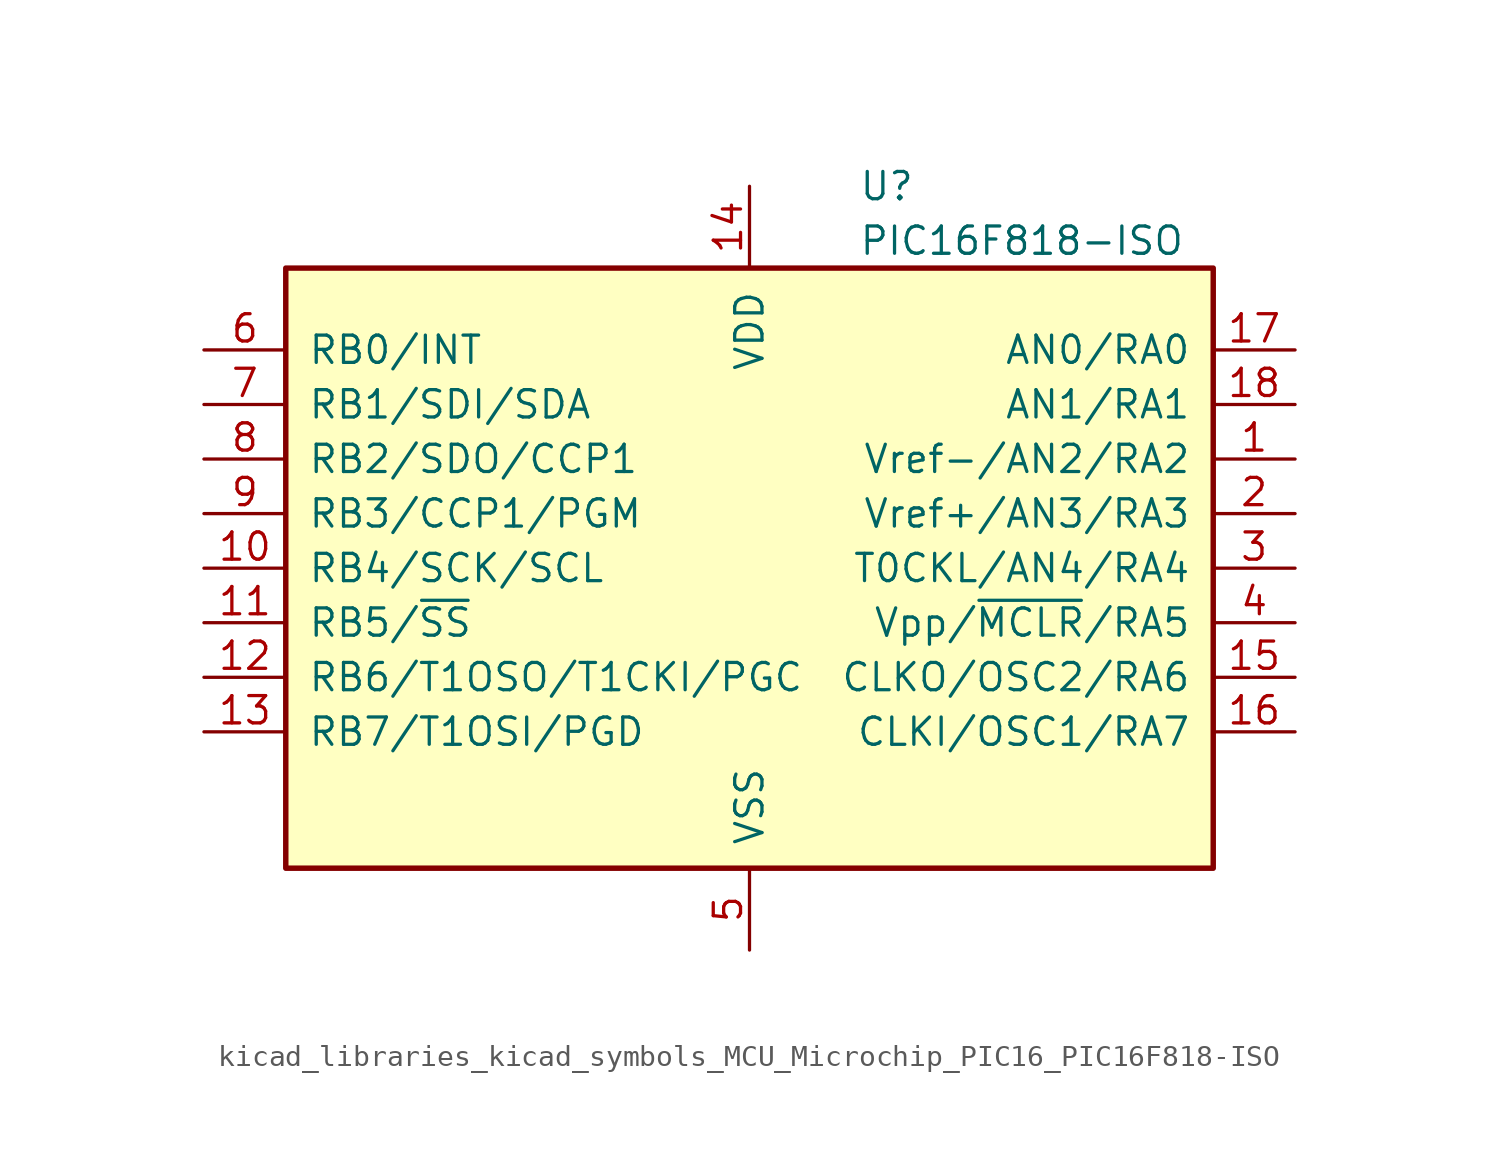
<source format=kicad_sym>
(kicad_symbol_lib
  (version 20220914)
  (generator kicad_symbol_editor)
  (symbol "kicad_libraries_kicad_symbols_MCU_Microchip_PIC16_PIC16F818-ISO"
    (pin_names
      (offset 1.016))
    (property "Reference" "U"
      (at 5.08 17.78 0)
      (effects (font (size 1.27 1.27)) (justify left)))
    (property "Value" "PIC16F818-ISO"
      (at 5.08 15.24 0)
      (effects (font (size 1.27 1.27)) (justify left)))
    (symbol "kicad_libraries_kicad_symbols_MCU_Microchip_PIC16_PIC16F818-ISO_0_1"
      (rectangle (start -21.59 13.97) (end 21.59 -13.97) (stroke (width 0.254) (type default)) (fill (type background))))
    (symbol "kicad_libraries_kicad_symbols_MCU_Microchip_PIC16_PIC16F818-ISO_1_1"
      (pin bidirectional line (at 25.4 5.08 180) (length 3.81) (name "Vref-/AN2/RA2" (effects (font (size 1.27 1.27)))) (number "1" (effects (font (size 1.27 1.27)))))
      (pin bidirectional line (at -25.4 0 0) (length 3.81) (name "RB4/SCK/SCL" (effects (font (size 1.27 1.27)))) (number "10" (effects (font (size 1.27 1.27)))))
      (pin bidirectional line (at -25.4 -2.54 0) (length 3.81) (name "RB5/~{SS}" (effects (font (size 1.27 1.27)))) (number "11" (effects (font (size 1.27 1.27)))))
      (pin bidirectional line (at -25.4 -5.08 0) (length 3.81) (name "RB6/T1OSO/T1CKI/PGC" (effects (font (size 1.27 1.27)))) (number "12" (effects (font (size 1.27 1.27)))))
      (pin bidirectional line (at -25.4 -7.62 0) (length 3.81) (name "RB7/T1OSI/PGD" (effects (font (size 1.27 1.27)))) (number "13" (effects (font (size 1.27 1.27)))))
      (pin power_in line (at 0 17.78 270) (length 3.81) (name "VDD" (effects (font (size 1.27 1.27)))) (number "14" (effects (font (size 1.27 1.27)))))
      (pin bidirectional line (at 25.4 -5.08 180) (length 3.81) (name "CLKO/OSC2/RA6" (effects (font (size 1.27 1.27)))) (number "15" (effects (font (size 1.27 1.27)))))
      (pin bidirectional line (at 25.4 -7.62 180) (length 3.81) (name "CLKI/OSC1/RA7" (effects (font (size 1.27 1.27)))) (number "16" (effects (font (size 1.27 1.27)))))
      (pin bidirectional line (at 25.4 10.16 180) (length 3.81) (name "AN0/RA0" (effects (font (size 1.27 1.27)))) (number "17" (effects (font (size 1.27 1.27)))))
      (pin bidirectional line (at 25.4 7.62 180) (length 3.81) (name "AN1/RA1" (effects (font (size 1.27 1.27)))) (number "18" (effects (font (size 1.27 1.27)))))
      (pin bidirectional line (at 25.4 2.54 180) (length 3.81) (name "Vref+/AN3/RA3" (effects (font (size 1.27 1.27)))) (number "2" (effects (font (size 1.27 1.27)))))
      (pin bidirectional line (at 25.4 0 180) (length 3.81) (name "T0CKL/AN4/RA4" (effects (font (size 1.27 1.27)))) (number "3" (effects (font (size 1.27 1.27)))))
      (pin input line (at 25.4 -2.54 180) (length 3.81) (name "Vpp/~{MCLR}/RA5" (effects (font (size 1.27 1.27)))) (number "4" (effects (font (size 1.27 1.27)))))
      (pin power_in line (at 0 -17.78 90) (length 3.81) (name "VSS" (effects (font (size 1.27 1.27)))) (number "5" (effects (font (size 1.27 1.27)))))
      (pin bidirectional line (at -25.4 10.16 0) (length 3.81) (name "RB0/INT" (effects (font (size 1.27 1.27)))) (number "6" (effects (font (size 1.27 1.27)))))
      (pin bidirectional line (at -25.4 7.62 0) (length 3.81) (name "RB1/SDI/SDA" (effects (font (size 1.27 1.27)))) (number "7" (effects (font (size 1.27 1.27)))))
      (pin bidirectional line (at -25.4 5.08 0) (length 3.81) (name "RB2/SDO/CCP1" (effects (font (size 1.27 1.27)))) (number "8" (effects (font (size 1.27 1.27)))))
      (pin bidirectional line (at -25.4 2.54 0) (length 3.81) (name "RB3/CCP1/PGM" (effects (font (size 1.27 1.27)))) (number "9" (effects (font (size 1.27 1.27))))))))
</source>
